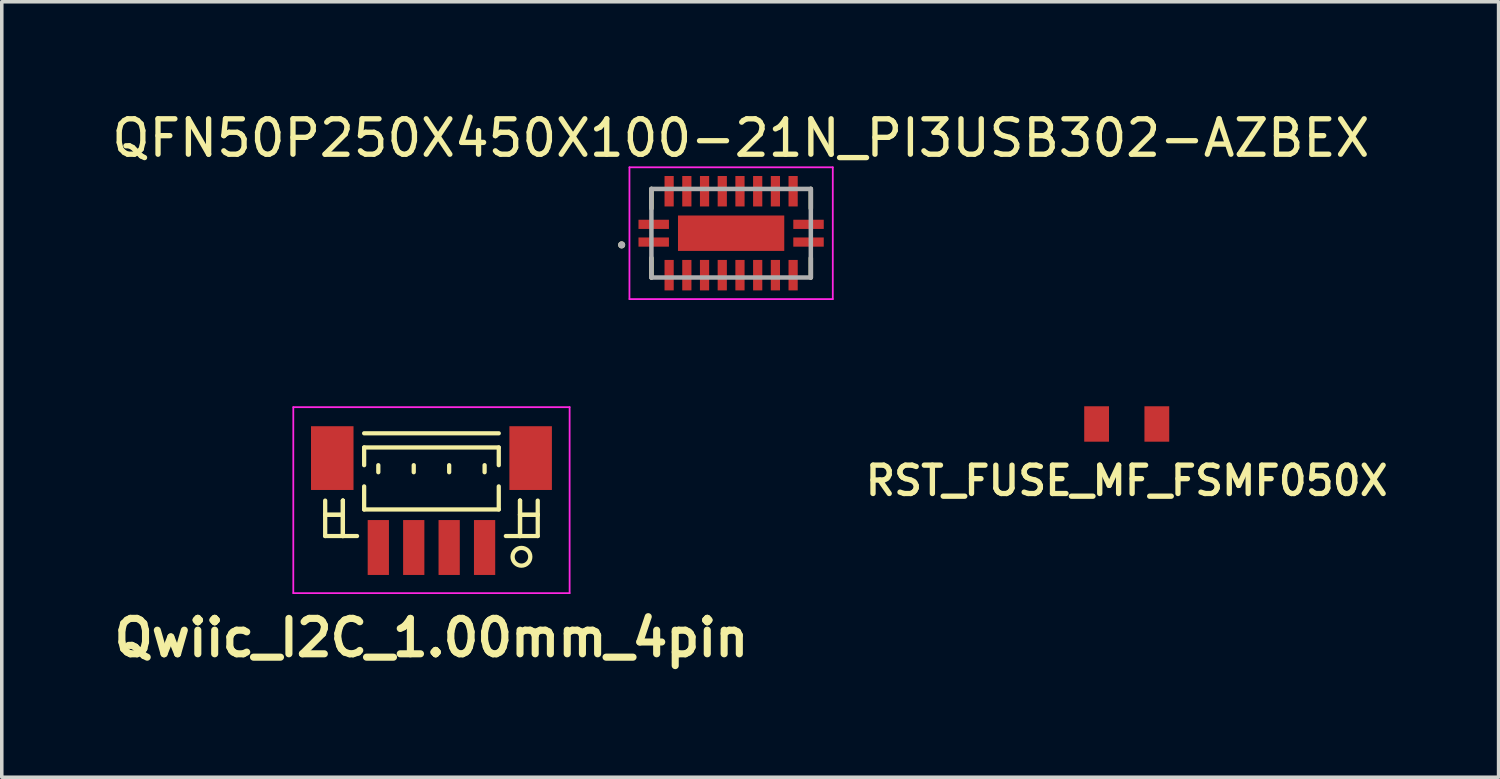
<source format=kicad_pcb>
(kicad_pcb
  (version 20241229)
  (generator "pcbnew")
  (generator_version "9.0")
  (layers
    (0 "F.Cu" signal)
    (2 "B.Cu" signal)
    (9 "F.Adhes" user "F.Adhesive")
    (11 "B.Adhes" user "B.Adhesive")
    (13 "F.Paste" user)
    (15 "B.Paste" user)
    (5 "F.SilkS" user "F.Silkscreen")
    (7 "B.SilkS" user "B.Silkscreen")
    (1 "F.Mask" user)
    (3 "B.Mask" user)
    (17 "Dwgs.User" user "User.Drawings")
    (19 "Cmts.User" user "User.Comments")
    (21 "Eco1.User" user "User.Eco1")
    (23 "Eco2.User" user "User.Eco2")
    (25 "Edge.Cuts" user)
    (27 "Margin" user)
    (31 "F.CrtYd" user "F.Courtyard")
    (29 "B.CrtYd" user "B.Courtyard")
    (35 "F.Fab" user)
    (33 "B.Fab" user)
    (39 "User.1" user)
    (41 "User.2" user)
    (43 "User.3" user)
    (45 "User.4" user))
  (footprint "RST_FUSE_MF_FSMF050X"
    (layer "F.Cu")
    (at 28.755 8.918)
    (property "Reference" "RST_FUSE_MF_FSMF050X" (at 0 1.6 0) (layer "F.SilkS") (effects (font (size 0.8 0.8) (thickness 0.15))))
    (attr through_hole)
    (pad "1" smd rect (at -0.85 0) (size 0.7 1) (layers "F.Cu" "F.Mask" "F.Paste"))
    (pad "2" smd rect (at 0.85 0) (size 0.7 1) (layers "F.Cu" "F.Mask" "F.Paste")))
  (footprint "Qwiic_I2C_1.00mm_4pin"
    (layer "F.Cu")
    (at 9.129 11.143)
    (property "Reference" "Qwiic_I2C_1.00mm_4pin" (at 0 3.81 0) (layer "F.SilkS") (effects (font (size 1 1) (thickness 0.2))))
    (attr smd)
    (fp_line (start -3 -0.062) (end -3 0.938) (stroke (width 0.12) (type solid)) (layer "F.SilkS"))
    (fp_line (start -3 0.338) (end -3 0.338) (stroke (width 0.12) (type solid)) (layer "F.SilkS"))
    (fp_line (start -3 0.338) (end -2.5 0.338) (stroke (width 0.12) (type solid)) (layer "F.SilkS"))
    (fp_line (start -3 0.938) (end -2.1 0.938) (stroke (width 0.12) (type solid)) (layer "F.SilkS"))
    (fp_line (start -2.5 -0.062) (end -2.5 -0.062) (stroke (width 0.12) (type solid)) (layer "F.SilkS"))
    (fp_line (start -2.5 -0.062) (end -2.5 0.938) (stroke (width 0.12) (type solid)) (layer "F.SilkS"))
    (fp_line (start -2.5 0.338) (end -3 0.338) (stroke (width 0.12) (type solid)) (layer "F.SilkS"))
    (fp_line (start -2.5 0.338) (end -2.5 0.338) (stroke (width 0.12) (type solid)) (layer "F.SilkS"))
    (fp_line (start -2.5 0.938) (end -2.5 -0.062) (stroke (width 0.12) (type solid)) (layer "F.SilkS"))
    (fp_line (start -2.5 0.938) (end -2.5 0.938) (stroke (width 0.12) (type solid)) (layer "F.SilkS"))
    (fp_line (start -1.9 -1.962) (end 1.9 -1.962) (stroke (width 0.12) (type solid)) (layer "F.SilkS"))
    (fp_line (start -1.9 -1.562) (end 1.9 -1.562) (stroke (width 0.12) (type solid)) (layer "F.SilkS"))
    (fp_line (start -1.9 -1.062) (end -1.9 -1.562) (stroke (width 0.12) (type solid)) (layer "F.SilkS"))
    (fp_line (start -1.9 -0.463) (end -1.9 0.188) (stroke (width 0.12) (type solid)) (layer "F.SilkS"))
    (fp_line (start -1.9 0.188) (end 1.9 0.188) (stroke (width 0.12) (type solid)) (layer "F.SilkS"))
    (fp_line (start -1.5 -1.062) (end -1.5 -0.863) (stroke (width 0.12) (type solid)) (layer "F.SilkS"))
    (fp_line (start -0.5 -1.062) (end -0.5 -0.863) (stroke (width 0.12) (type solid)) (layer "F.SilkS"))
    (fp_line (start 0.5 -1.062) (end 0.5 -0.863) (stroke (width 0.12) (type solid)) (layer "F.SilkS"))
    (fp_line (start 1.5 -1.062) (end 1.5 -0.863) (stroke (width 0.12) (type solid)) (layer "F.SilkS"))
    (fp_line (start 1.9 -1.562) (end 1.9 -1.062) (stroke (width 0.12) (type solid)) (layer "F.SilkS"))
    (fp_line (start 1.9 0.188) (end 1.9 -0.463) (stroke (width 0.12) (type solid)) (layer "F.SilkS"))
    (fp_line (start 2.5 -0.062) (end 2.5 -0.062) (stroke (width 0.12) (type solid)) (layer "F.SilkS"))
    (fp_line (start 2.5 -0.062) (end 2.5 0.938) (stroke (width 0.12) (type solid)) (layer "F.SilkS"))
    (fp_line (start 2.5 0.338) (end 2.5 0.338) (stroke (width 0.12) (type solid)) (layer "F.SilkS"))
    (fp_line (start 2.5 0.338) (end 3 0.338) (stroke (width 0.12) (type solid)) (layer "F.SilkS"))
    (fp_line (start 2.5 0.938) (end 2.5 -0.062) (stroke (width 0.12) (type solid)) (layer "F.SilkS"))
    (fp_line (start 2.5 0.938) (end 2.5 0.938) (stroke (width 0.12) (type solid)) (layer "F.SilkS"))
    (fp_line (start 3 -0.062) (end 3 0.938) (stroke (width 0.12) (type solid)) (layer "F.SilkS"))
    (fp_line (start 3 0.338) (end 2.5 0.338) (stroke (width 0.12) (type solid)) (layer "F.SilkS"))
    (fp_line (start 3 0.338) (end 3 0.338) (stroke (width 0.12) (type solid)) (layer "F.SilkS"))
    (fp_line (start 3 0.938) (end 2.1 0.938) (stroke (width 0.12) (type solid)) (layer "F.SilkS"))
    (fp_circle (center 2.54 1.524) (end 2.79 1.524) (stroke (width 0.12) (type solid)) (fill no) (layer "F.SilkS"))
    (fp_line (start -3.9 -2.7) (end 3.9 -2.7) (stroke (width 0.05) (type solid)) (layer "F.CrtYd"))
    (fp_line (start -3.9 2.55) (end -3.9 -2.7) (stroke (width 0.05) (type solid)) (layer "F.CrtYd"))
    (fp_line (start 3.9 -2.7) (end 3.9 2.55) (stroke (width 0.05) (type solid)) (layer "F.CrtYd"))
    (fp_line (start 3.9 2.55) (end -3.9 2.55) (stroke (width 0.05) (type solid)) (layer "F.CrtYd"))
    (pad "" smd rect (at -2.8 -1.262) (size 1.2 1.8) (layers "F.Cu" "F.Mask" "F.Paste"))
    (pad "" smd rect (at 2.8 -1.262) (size 1.2 1.8) (layers "F.Cu" "F.Mask" "F.Paste"))
    (pad "1" smd rect (at 1.5 1.262) (size 0.6 1.55) (layers "F.Cu" "F.Mask" "F.Paste"))
    (pad "2" smd rect (at 0.5 1.262) (size 0.6 1.55) (layers "F.Cu" "F.Mask" "F.Paste"))
    (pad "3" smd rect (at -0.5 1.262) (size 0.6 1.55) (layers "F.Cu" "F.Mask" "F.Paste"))
    (pad "4" smd rect (at -1.5 1.262) (size 0.6 1.55) (layers "F.Cu" "F.Mask" "F.Paste")))
  (footprint "QFN50P250X450X100-21N_PI3USB302-AZBEX"
    (layer "F.Cu")
    (at 17.588 3.533)
    (property "Reference" "QFN50P250X450X100-21N_PI3USB302-AZBEX" (at 0.275 -2.685 0) (layer "F.SilkS") (effects (font (size 1 1) (thickness 0.15))))
    (attr through_hole)
    (fp_line (start -2.25 -1.25) (end -2.25 -0.7) (stroke (width 0.127) (type solid)) (layer "F.SilkS"))
    (fp_line (start -2.25 1.25) (end -2.25 0.7) (stroke (width 0.127) (type solid)) (layer "F.SilkS"))
    (fp_line (start 2.25 -0.7) (end 2.25 -1.25) (stroke (width 0.127) (type solid)) (layer "F.SilkS"))
    (fp_line (start 2.25 1.25) (end 2.25 0.7) (stroke (width 0.127) (type solid)) (layer "F.SilkS"))
    (fp_circle (center -3.09 0.33) (end -3.04 0.33) (stroke (width 0.1) (type solid)) (fill no) (layer "F.SilkS"))
    (fp_poly (pts (xy -1.36 -0.29) (xy -0.07 -0.29) (xy -0.07 0.29) (xy -1.36 0.29)) (stroke (width 0.01) (type solid)) (fill yes) (layer "F.Paste"))
    (fp_poly (pts (xy 0.07 -0.29) (xy 1.36 -0.29) (xy 1.36 0.29) (xy 0.07 0.29)) (stroke (width 0.01) (type solid)) (fill yes) (layer "F.Paste"))
    (fp_line (start -2.87 -1.86) (end 2.87 -1.86) (stroke (width 0.05) (type solid)) (layer "F.CrtYd"))
    (fp_line (start -2.87 1.86) (end -2.87 -1.86) (stroke (width 0.05) (type solid)) (layer "F.CrtYd"))
    (fp_line (start 2.87 -1.86) (end 2.87 1.86) (stroke (width 0.05) (type solid)) (layer "F.CrtYd"))
    (fp_line (start 2.87 1.86) (end -2.87 1.86) (stroke (width 0.05) (type solid)) (layer "F.CrtYd"))
    (fp_line (start -2.25 -1.25) (end 2.25 -1.25) (stroke (width 0.127) (type solid)) (layer "F.Fab"))
    (fp_line (start -2.25 1.25) (end -2.25 -1.25) (stroke (width 0.127) (type solid)) (layer "F.Fab"))
    (fp_line (start 2.25 -1.25) (end 2.25 1.25) (stroke (width 0.127) (type solid)) (layer "F.Fab"))
    (fp_line (start 2.25 1.25) (end -2.25 1.25) (stroke (width 0.127) (type solid)) (layer "F.Fab"))
    (fp_circle (center -3.09 0.33) (end -3.04 0.33) (stroke (width 0.1) (type solid)) (fill no) (layer "F.Fab"))
    (pad "1" smd roundrect (at -2.185 0.25) (size 0.86 0.26) (layers "F.Cu" "F.Mask" "F.Paste") (roundrect_rratio 0.02))
    (pad "2" smd roundrect (at -1.75 1.185) (size 0.26 0.86) (layers "F.Cu" "F.Mask" "F.Paste") (roundrect_rratio 0.02))
    (pad "3" smd roundrect (at -1.25 1.185) (size 0.26 0.86) (layers "F.Cu" "F.Mask" "F.Paste") (roundrect_rratio 0.02))
    (pad "4" smd roundrect (at -0.75 1.185) (size 0.26 0.86) (layers "F.Cu" "F.Mask" "F.Paste") (roundrect_rratio 0.02))
    (pad "5" smd roundrect (at -0.25 1.185) (size 0.26 0.86) (layers "F.Cu" "F.Mask" "F.Paste") (roundrect_rratio 0.02))
    (pad "6" smd roundrect (at 0.25 1.185) (size 0.26 0.86) (layers "F.Cu" "F.Mask" "F.Paste") (roundrect_rratio 0.02))
    (pad "7" smd roundrect (at 0.75 1.185) (size 0.26 0.86) (layers "F.Cu" "F.Mask" "F.Paste") (roundrect_rratio 0.02))
    (pad "8" smd roundrect (at 1.25 1.185) (size 0.26 0.86) (layers "F.Cu" "F.Mask" "F.Paste") (roundrect_rratio 0.02))
    (pad "9" smd roundrect (at 1.75 1.185) (size 0.26 0.86) (layers "F.Cu" "F.Mask" "F.Paste") (roundrect_rratio 0.02))
    (pad "10" smd roundrect (at 2.185 0.25) (size 0.86 0.26) (layers "F.Cu" "F.Mask" "F.Paste") (roundrect_rratio 0.02))
    (pad "11" smd roundrect (at 2.185 -0.25) (size 0.86 0.26) (layers "F.Cu" "F.Mask" "F.Paste") (roundrect_rratio 0.02))
    (pad "12" smd roundrect (at 1.75 -1.185) (size 0.26 0.86) (layers "F.Cu" "F.Mask" "F.Paste") (roundrect_rratio 0.02))
    (pad "13" smd roundrect (at 1.25 -1.185) (size 0.26 0.86) (layers "F.Cu" "F.Mask" "F.Paste") (roundrect_rratio 0.02))
    (pad "14" smd roundrect (at 0.75 -1.185) (size 0.26 0.86) (layers "F.Cu" "F.Mask" "F.Paste") (roundrect_rratio 0.02))
    (pad "15" smd roundrect (at 0.25 -1.185) (size 0.26 0.86) (layers "F.Cu" "F.Mask" "F.Paste") (roundrect_rratio 0.02))
    (pad "16" smd roundrect (at -0.25 -1.185) (size 0.26 0.86) (layers "F.Cu" "F.Mask" "F.Paste") (roundrect_rratio 0.02))
    (pad "17" smd roundrect (at -0.75 -1.185) (size 0.26 0.86) (layers "F.Cu" "F.Mask" "F.Paste") (roundrect_rratio 0.02))
    (pad "18" smd roundrect (at -1.25 -1.185) (size 0.26 0.86) (layers "F.Cu" "F.Mask" "F.Paste") (roundrect_rratio 0.02))
    (pad "19" smd roundrect (at -1.75 -1.185) (size 0.26 0.86) (layers "F.Cu" "F.Mask" "F.Paste") (roundrect_rratio 0.02))
    (pad "20" smd roundrect (at -2.185 -0.25) (size 0.86 0.26) (layers "F.Cu" "F.Mask" "F.Paste") (roundrect_rratio 0.02))
    (pad "21" smd rect (at 0 0) (size 3 1) (layers "F.Cu" "F.Mask")))
  (gr_rect
    (start -3 -3)
    (end 39.252 18.889)
    (stroke (width 0.1) (type default))
    (fill no)
    (layer "Edge.Cuts")))
</source>
